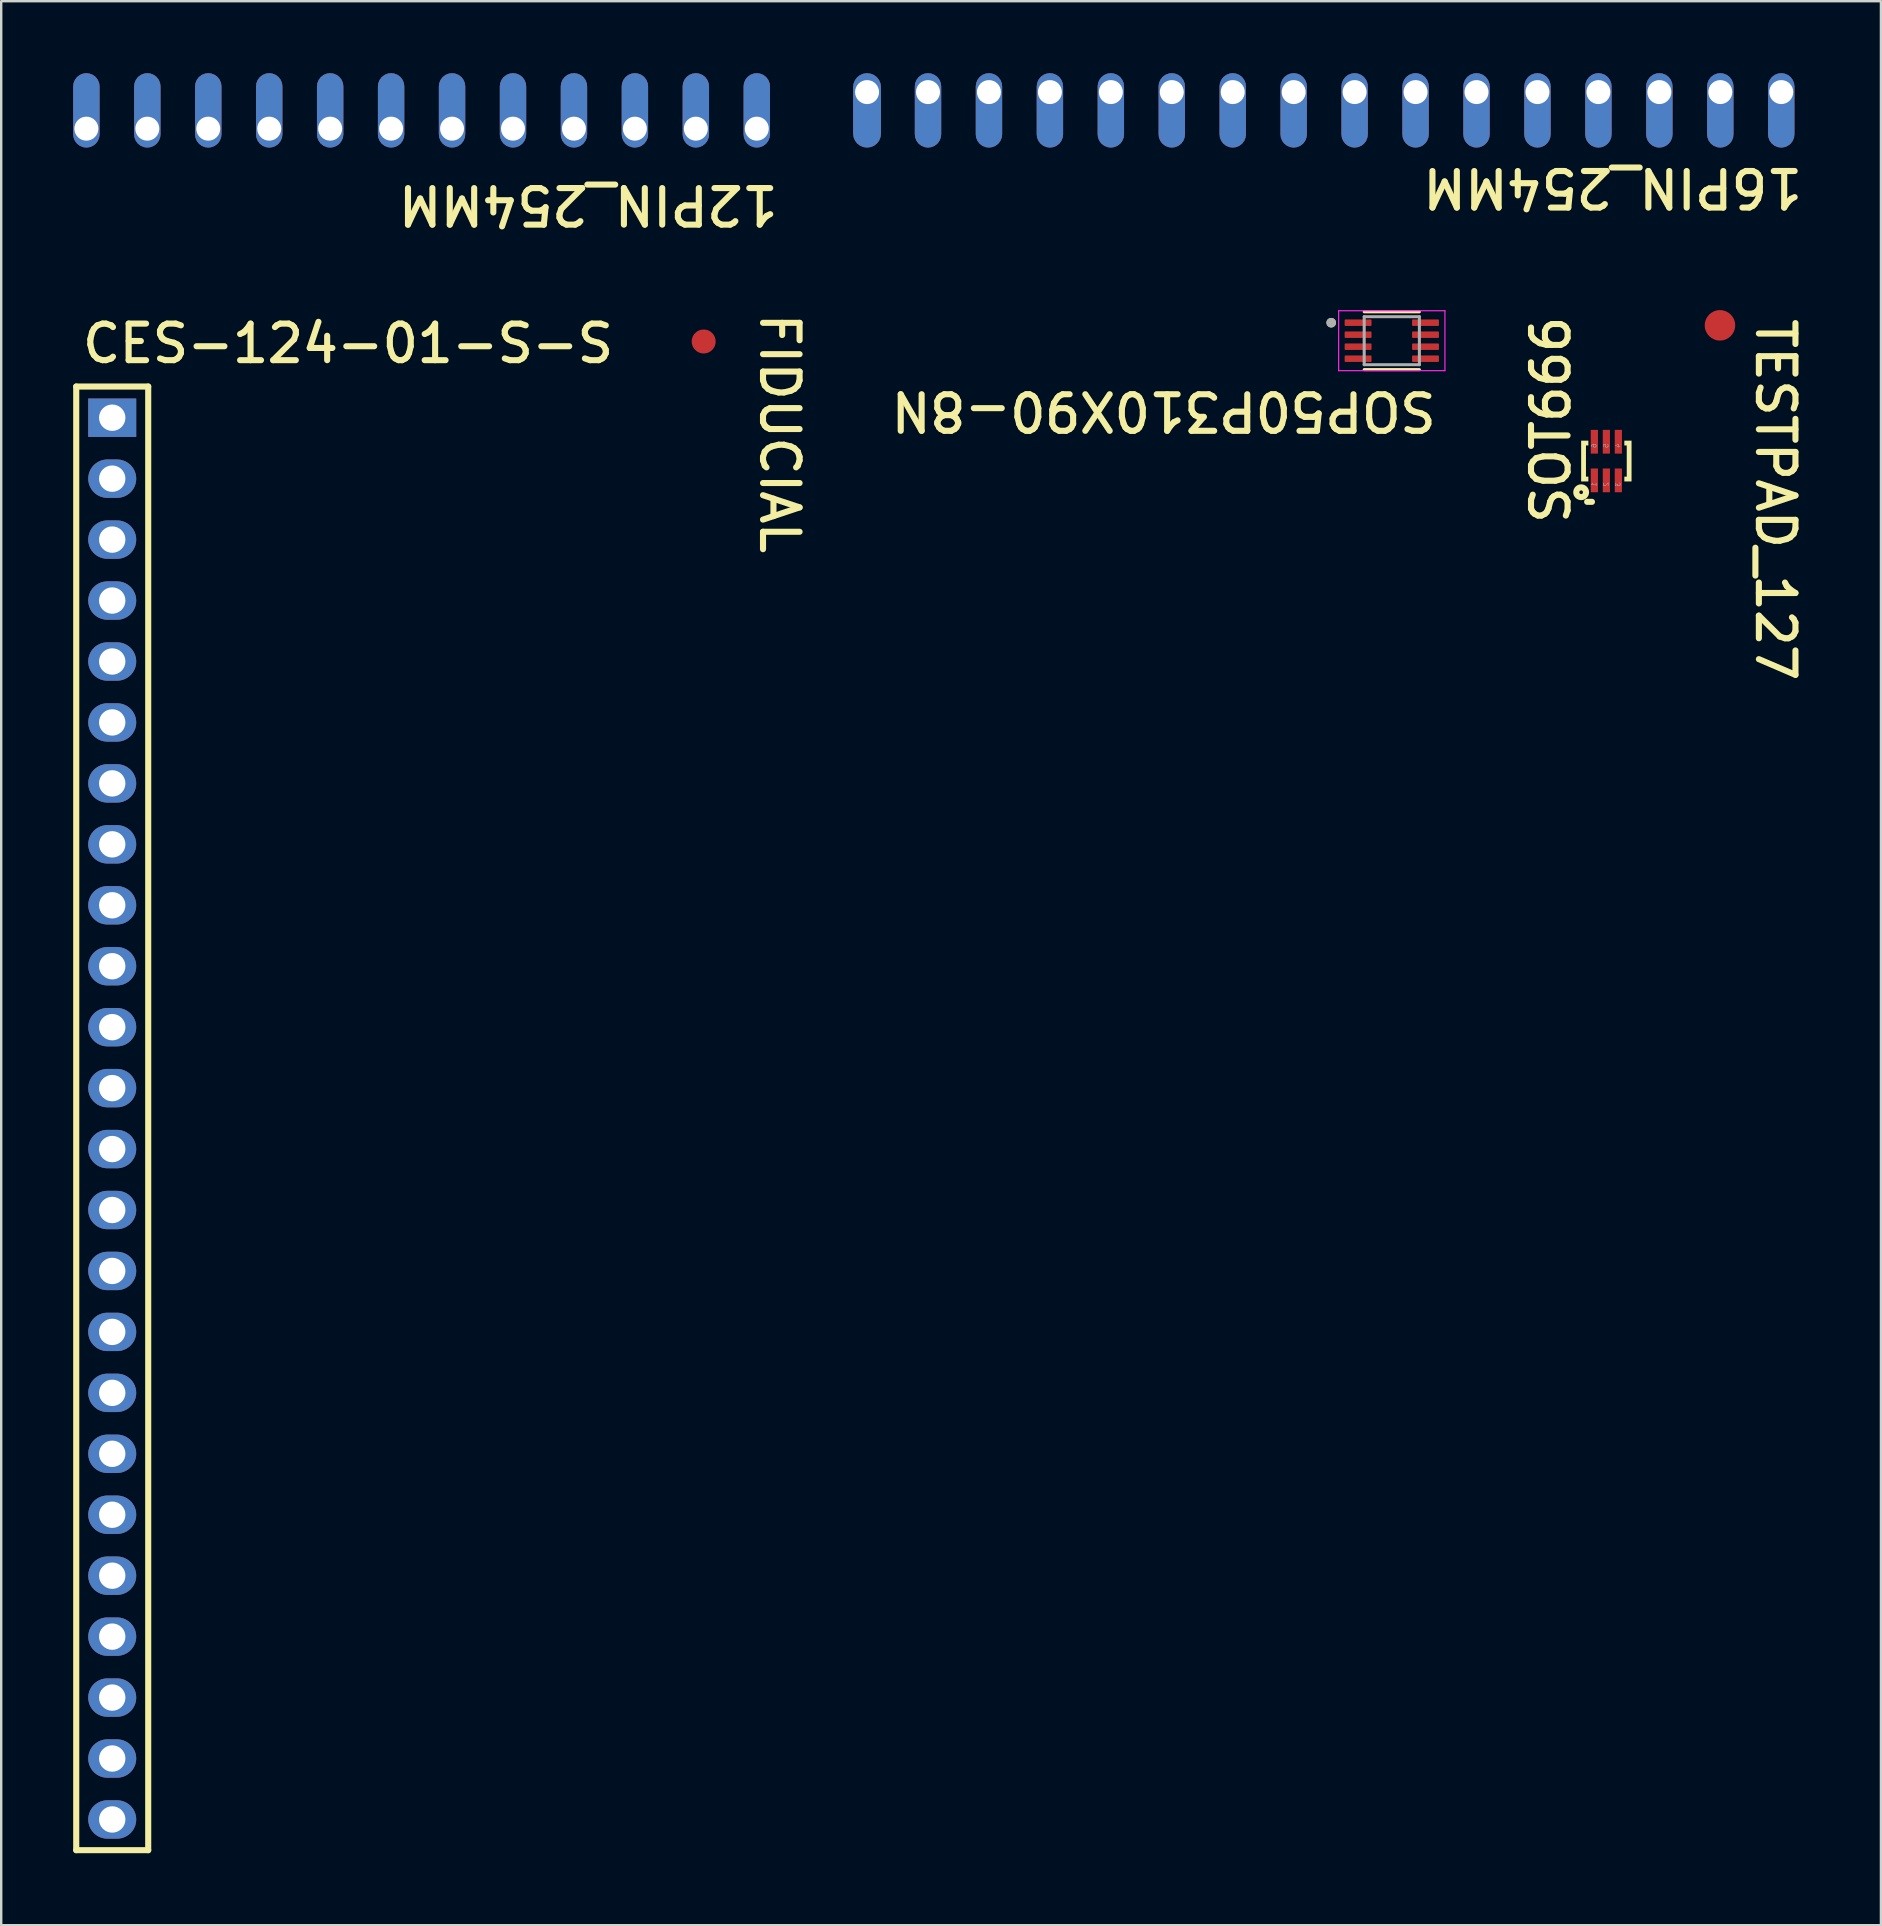
<source format=kicad_pcb>
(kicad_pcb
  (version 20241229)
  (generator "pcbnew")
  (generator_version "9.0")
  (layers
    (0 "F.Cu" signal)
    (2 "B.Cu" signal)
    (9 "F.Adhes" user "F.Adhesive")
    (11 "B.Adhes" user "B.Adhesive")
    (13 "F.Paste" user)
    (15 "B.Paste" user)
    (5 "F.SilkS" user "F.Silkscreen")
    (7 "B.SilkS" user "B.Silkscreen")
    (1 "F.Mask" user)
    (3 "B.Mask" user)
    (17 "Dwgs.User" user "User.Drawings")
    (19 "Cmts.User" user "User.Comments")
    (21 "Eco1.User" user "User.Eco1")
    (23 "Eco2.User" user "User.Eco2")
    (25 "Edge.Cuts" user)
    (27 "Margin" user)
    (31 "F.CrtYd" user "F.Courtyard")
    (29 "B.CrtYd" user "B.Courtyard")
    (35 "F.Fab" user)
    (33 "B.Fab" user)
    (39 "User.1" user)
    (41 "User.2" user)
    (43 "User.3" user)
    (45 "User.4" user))
  (footprint "CES-124-01-S-S"
    (layer "F.Cu")
    (at 1.627 14.359)
    (property "Reference" "CES-124-01-S-S" (at -1.369 -2.199 0) (unlocked yes) (layer "F.SilkS") (effects (font (size 1.524 1.524) (thickness 0.254)) (justify left bottom)))
    (fp_line (start -1.5 -1.3) (end -1.5 59.7) (stroke (width 0.254) (type solid)) (layer "F.SilkS"))
    (fp_line (start -1.5 -1.3) (end 1.5 -1.3) (stroke (width 0.254) (type solid)) (layer "F.SilkS"))
    (fp_line (start -1.5 59.7) (end 1.5 59.7) (stroke (width 0.254) (type solid)) (layer "F.SilkS"))
    (fp_line (start 1.5 59.7) (end 1.5 -1.3) (stroke (width 0.254) (type solid)) (layer "F.SilkS"))
    (pad "1" thru_hole rect (at 0 0) (size 2 1.6) (drill 1.1) (layers "*.Cu" "*.Mask"))
    (pad "2" thru_hole oval (at 0 2.54) (size 2 1.6) (drill 1.1) (layers "*.Cu" "*.Mask"))
    (pad "3" thru_hole oval (at 0 5.08) (size 2 1.6) (drill 1.1) (layers "*.Cu" "*.Mask"))
    (pad "4" thru_hole oval (at 0 7.62) (size 2 1.6) (drill 1.1) (layers "*.Cu" "*.Mask"))
    (pad "5" thru_hole oval (at 0 10.16) (size 2 1.6) (drill 1.1) (layers "*.Cu" "*.Mask"))
    (pad "6" thru_hole oval (at 0 12.7) (size 2 1.6) (drill 1.1) (layers "*.Cu" "*.Mask"))
    (pad "7" thru_hole oval (at 0 15.24) (size 2 1.6) (drill 1.1) (layers "*.Cu" "*.Mask"))
    (pad "8" thru_hole oval (at 0 17.78) (size 2 1.6) (drill 1.1) (layers "*.Cu" "*.Mask"))
    (pad "9" thru_hole oval (at 0 20.32) (size 2 1.6) (drill 1.1) (layers "*.Cu" "*.Mask"))
    (pad "10" thru_hole oval (at 0 22.86) (size 2 1.6) (drill 1.1) (layers "*.Cu" "*.Mask"))
    (pad "11" thru_hole oval (at 0 25.4) (size 2 1.6) (drill 1.1) (layers "*.Cu" "*.Mask"))
    (pad "12" thru_hole oval (at 0 27.94) (size 2 1.6) (drill 1.1) (layers "*.Cu" "*.Mask"))
    (pad "13" thru_hole oval (at 0 30.48) (size 2 1.6) (drill 1.1) (layers "*.Cu" "*.Mask"))
    (pad "14" thru_hole oval (at 0 33.02) (size 2 1.6) (drill 1.1) (layers "*.Cu" "*.Mask"))
    (pad "15" thru_hole oval (at 0 35.56) (size 2 1.6) (drill 1.1) (layers "*.Cu" "*.Mask"))
    (pad "16" thru_hole oval (at 0 38.1) (size 2 1.6) (drill 1.1) (layers "*.Cu" "*.Mask"))
    (pad "17" thru_hole oval (at 0 40.64) (size 2 1.6) (drill 1.1) (layers "*.Cu" "*.Mask"))
    (pad "18" thru_hole oval (at 0 43.18) (size 2 1.6) (drill 1.1) (layers "*.Cu" "*.Mask"))
    (pad "19" thru_hole oval (at 0 45.72) (size 2 1.6) (drill 1.1) (layers "*.Cu" "*.Mask"))
    (pad "20" thru_hole oval (at 0 48.26) (size 2 1.6) (drill 1.1) (layers "*.Cu" "*.Mask"))
    (pad "21" thru_hole oval (at 0 50.8) (size 2 1.6) (drill 1.1) (layers "*.Cu" "*.Mask"))
    (pad "22" thru_hole oval (at 0 53.34) (size 2 1.6) (drill 1.1) (layers "*.Cu" "*.Mask"))
    (pad "23" thru_hole oval (at 0 55.88) (size 2 1.6) (drill 1.1) (layers "*.Cu" "*.Mask"))
    (pad "24" thru_hole oval (at 0 58.42) (size 2 1.6) (drill 1.1) (layers "*.Cu" "*.Mask")))
  (footprint "SOT666"
    (layer "F.Cu")
    (at 63.897 16.165)
    (property "Reference" "SOT666" (at -1.416 2.729 90) (unlocked yes) (layer "F.SilkS") (effects (font (size 1.524 1.524) (thickness 0.254)) (justify left bottom)))
    (fp_line (start -0.6 1.7) (end -0.8 1.7) (stroke (width 0.254) (type solid)) (layer "F.SilkS"))
    (fp_circle (center -1.05 1.3) (end -1.05 1.224) (stroke (width 0.254) (type solid)) (fill no) (layer "F.SilkS"))
    (fp_poly (pts (xy -1.05 0.85) (xy -1.05 -0.85) (xy -0.75 -0.85) (xy -0.75 -0.65) (xy -0.85 -0.65) (xy -0.85 0.65) (xy -0.75 0.65) (xy -0.75 0.85)) (stroke (width 0) (type default)) (fill yes) (layer "F.SilkS"))
    (fp_poly (pts (xy 0.75 0.85) (xy 0.75 0.65) (xy 0.85 0.65) (xy 0.85 -0.65) (xy 0.75 -0.65) (xy 0.75 -0.85) (xy 1.05 -0.85) (xy 1.05 0.85)) (stroke (width 0) (type default)) (fill yes) (layer "F.SilkS"))
    (fp_poly (pts (xy -1.05 -1.3) (xy -1.05 1.3) (xy 1.05 1.3) (xy 1.05 -1.3)) (stroke (width 0.1) (type default)) (fill no) (layer "User.8"))
    (fp_text user "2" (at 0.1 0.865 90) (unlocked yes) (layer "F.Fab") (effects (font (size 0.2 0.2) (thickness 0.02)) (justify left bottom mirror)))
    (fp_text user "4" (at 0.6 -0.745 90) (unlocked yes) (layer "F.Fab") (effects (font (size 0.2 0.2) (thickness 0.02)) (justify left bottom mirror)))
    (fp_text user "6" (at -0.4 -0.745 90) (unlocked yes) (layer "F.Fab") (effects (font (size 0.2 0.2) (thickness 0.02)) (justify left bottom mirror)))
    (fp_text user "1" (at -0.4 0.865 90) (unlocked yes) (layer "F.Fab") (effects (font (size 0.2 0.2) (thickness 0.02)) (justify left bottom mirror)))
    (fp_text user "3" (at 0.6 0.865 90) (unlocked yes) (layer "F.Fab") (effects (font (size 0.2 0.2) (thickness 0.02)) (justify left bottom mirror)))
    (fp_text user "5" (at 0.1 -0.745 90) (unlocked yes) (layer "F.Fab") (effects (font (size 0.2 0.2) (thickness 0.02)) (justify left bottom mirror)))
    (pad "1" smd rect (at -0.5 0.805 90) (size 0.99 0.3) (layers "F.Cu" "F.Mask" "F.Paste"))
    (pad "2" smd rect (at 0 0.805 90) (size 0.99 0.3) (layers "F.Cu" "F.Mask" "F.Paste"))
    (pad "3" smd rect (at 0.5 0.805 90) (size 0.99 0.3) (layers "F.Cu" "F.Mask" "F.Paste"))
    (pad "4" smd rect (at 0.5 -0.805 90) (size 0.99 0.3) (layers "F.Cu" "F.Mask" "F.Paste"))
    (pad "5" smd rect (at 0 -0.805 90) (size 0.99 0.3) (layers "F.Cu" "F.Mask" "F.Paste"))
    (pad "6" smd rect (at -0.5 -0.805 90) (size 0.99 0.3) (layers "F.Cu" "F.Mask" "F.Paste")))
  (footprint "FIDUCIAL"
    (layer "F.Cu")
    (at 26.277 11.182)
    (property "Reference" "FIDUCIAL" (at 2.273 -1.308 270) (unlocked yes) (layer "F.SilkS") (effects (font (size 1.524 1.524) (thickness 0.254)) (justify left bottom)))
    (pad "1" smd circle (at 0 0) (size 1 1) (layers "F.Cu" "F.Mask" "F.Paste")))
  (footprint "16PIN_254MM"
    (layer "F.Cu")
    (at 33.086 0.788)
    (property "Reference" "16PIN_254MM" (at 39.116 3.089 180) (unlocked yes) (layer "F.SilkS") (effects (font (size 1.524 1.524) (thickness 0.254)) (justify left bottom)))
    (pad "1" thru_hole roundrect (at 0 0 180) (size 1.16 3.1) (drill 1 (offset 0 -0.762)) (layers "*.Cu" "*.Mask") (roundrect_rratio 0.5))
    (pad "2" thru_hole roundrect (at 2.54 0 180) (size 1.1 3.1) (drill 1 (offset 0 -0.762)) (layers "*.Cu" "*.Mask") (roundrect_rratio 0.5))
    (pad "3" thru_hole roundrect (at 5.08 0 180) (size 1.1 3.1) (drill 1 (offset 0 -0.762)) (layers "*.Cu" "*.Mask") (roundrect_rratio 0.5))
    (pad "4" thru_hole roundrect (at 7.62 0 180) (size 1.1 3.1) (drill 1 (offset 0 -0.762)) (layers "*.Cu" "*.Mask") (roundrect_rratio 0.5))
    (pad "5" thru_hole roundrect (at 10.16 0 180) (size 1.1 3.1) (drill 1 (offset 0 -0.762)) (layers "*.Cu" "*.Mask") (roundrect_rratio 0.5))
    (pad "6" thru_hole roundrect (at 12.7 0 180) (size 1.1 3.1) (drill 1 (offset 0 -0.762)) (layers "*.Cu" "*.Mask") (roundrect_rratio 0.5))
    (pad "7" thru_hole roundrect (at 15.24 0 180) (size 1.1 3.1) (drill 1 (offset 0 -0.762)) (layers "*.Cu" "*.Mask") (roundrect_rratio 0.5))
    (pad "8" thru_hole roundrect (at 17.78 0 180) (size 1.1 3.1) (drill 1 (offset 0 -0.762)) (layers "*.Cu" "*.Mask") (roundrect_rratio 0.5))
    (pad "9" thru_hole roundrect (at 20.32 0 180) (size 1.1 3.1) (drill 1 (offset 0 -0.762)) (layers "*.Cu" "*.Mask") (roundrect_rratio 0.5))
    (pad "10" thru_hole roundrect (at 22.86 0 180) (size 1.1 3.1) (drill 1 (offset 0 -0.762)) (layers "*.Cu" "*.Mask") (roundrect_rratio 0.5))
    (pad "11" thru_hole roundrect (at 25.4 0 180) (size 1.1 3.1) (drill 1 (offset 0 -0.762)) (layers "*.Cu" "*.Mask") (roundrect_rratio 0.5))
    (pad "12" thru_hole roundrect (at 27.94 0 180) (size 1.1 3.1) (drill 1 (offset 0 -0.762)) (layers "*.Cu" "*.Mask") (roundrect_rratio 0.5))
    (pad "13" thru_hole roundrect (at 30.48 0 180) (size 1.1 3.1) (drill 1 (offset 0 -0.762)) (layers "*.Cu" "*.Mask") (roundrect_rratio 0.5))
    (pad "14" thru_hole roundrect (at 33.02 0 180) (size 1.1 3.1) (drill 1 (offset 0 -0.762)) (layers "*.Cu" "*.Mask") (roundrect_rratio 0.5))
    (pad "15" thru_hole roundrect (at 35.56 0 180) (size 1.1 3.1) (drill 1 (offset 0 -0.762)) (layers "*.Cu" "*.Mask") (roundrect_rratio 0.5))
    (pad "16" thru_hole roundrect (at 38.1 0 180) (size 1.1 3.1) (drill 1 (offset 0 -0.762)) (layers "*.Cu" "*.Mask") (roundrect_rratio 0.5)))
  (footprint "TESTPAD_127"
    (layer "F.Cu")
    (at 68.632 10.509)
    (property "Reference" "TESTPAD_127" (at 1.422 -0.406 270) (unlocked yes) (layer "F.SilkS") (effects (font (size 1.524 1.524) (thickness 0.254)) (justify left bottom)))
    (pad "1" smd circle (at 0 0) (size 1.27 1.27) (layers "F.Cu" "F.Mask" "F.Paste")))
  (footprint "SOP50P310X90-8N"
    (layer "F.Cu")
    (at 54.955 11.149)
    (property "Reference" "SOP50P310X90-8N" (at 1.981 2.032 180) (unlocked yes) (layer "F.SilkS") (effects (font (size 1.524 1.524) (thickness 0.254)) (justify left bottom)))
    (fp_line (start -1.15 -1.205) (end 1.15 -1.205) (stroke (width 0.127) (type solid)) (layer "F.SilkS"))
    (fp_line (start -1.15 1.205) (end 1.15 1.205) (stroke (width 0.127) (type solid)) (layer "F.SilkS"))
    (fp_circle (center -2.525 -0.75) (end -2.525 -0.65) (stroke (width 0.2) (type solid)) (fill no) (layer "F.SilkS"))
    (fp_line (start -2.215 -1.25) (end -2.215 1.25) (stroke (width 0.05) (type solid)) (layer "F.CrtYd"))
    (fp_line (start -2.215 -1.25) (end 2.215 -1.25) (stroke (width 0.05) (type solid)) (layer "F.CrtYd"))
    (fp_line (start -2.215 1.25) (end 2.215 1.25) (stroke (width 0.05) (type solid)) (layer "F.CrtYd"))
    (fp_line (start 2.215 -1.25) (end 2.215 1.25) (stroke (width 0.05) (type solid)) (layer "F.CrtYd"))
    (fp_line (start -1.15 -1) (end -1.15 1) (stroke (width 0.127) (type solid)) (layer "F.Fab"))
    (fp_line (start -1.15 -1) (end 1.15 -1) (stroke (width 0.127) (type solid)) (layer "F.Fab"))
    (fp_line (start -1.15 1) (end 1.15 1) (stroke (width 0.127) (type solid)) (layer "F.Fab"))
    (fp_line (start 1.15 -1) (end 1.15 1) (stroke (width 0.127) (type solid)) (layer "F.Fab"))
    (fp_circle (center -2.525 -0.75) (end -2.525 -0.65) (stroke (width 0.2) (type solid)) (fill no) (layer "F.Fab"))
    (pad "1" smd roundrect (at -1.405 -0.75) (size 1.12 0.27) (layers "F.Cu" "F.Mask" "F.Paste") (roundrect_rratio 0.125))
    (pad "2" smd roundrect (at -1.405 -0.25) (size 1.12 0.27) (layers "F.Cu" "F.Mask" "F.Paste") (roundrect_rratio 0.125))
    (pad "3" smd roundrect (at -1.405 0.25) (size 1.12 0.27) (layers "F.Cu" "F.Mask" "F.Paste") (roundrect_rratio 0.125))
    (pad "4" smd roundrect (at -1.405 0.75) (size 1.12 0.27) (layers "F.Cu" "F.Mask" "F.Paste") (roundrect_rratio 0.125))
    (pad "5" smd roundrect (at 1.405 0.75) (size 1.12 0.27) (layers "F.Cu" "F.Mask" "F.Paste") (roundrect_rratio 0.125))
    (pad "6" smd roundrect (at 1.405 0.25) (size 1.12 0.27) (layers "F.Cu" "F.Mask" "F.Paste") (roundrect_rratio 0.125))
    (pad "7" smd roundrect (at 1.405 -0.25) (size 1.12 0.27) (layers "F.Cu" "F.Mask" "F.Paste") (roundrect_rratio 0.125))
    (pad "8" smd roundrect (at 1.405 -0.75) (size 1.12 0.27) (layers "F.Cu" "F.Mask" "F.Paste") (roundrect_rratio 0.125)))
  (footprint "12PIN_254MM"
    (layer "F.Cu")
    (at 0.55 2.312)
    (property "Reference" "12PIN_254MM" (at 28.956 2.276 180) (unlocked yes) (layer "F.SilkS") (effects (font (size 1.524 1.524) (thickness 0.254)) (justify left bottom)))
    (pad "1" thru_hole roundrect (at 0 0) (size 1.1 3.1) (drill 1 (offset 0 -0.762)) (layers "*.Cu" "*.Mask") (roundrect_rratio 0.5))
    (pad "2" thru_hole roundrect (at 2.54 0) (size 1.1 3.1) (drill 1 (offset 0 -0.762)) (layers "*.Cu" "*.Mask") (roundrect_rratio 0.5))
    (pad "3" thru_hole roundrect (at 5.08 0) (size 1.1 3.1) (drill 1 (offset 0 -0.762)) (layers "*.Cu" "*.Mask") (roundrect_rratio 0.5))
    (pad "4" thru_hole roundrect (at 7.62 0) (size 1.1 3.1) (drill 1 (offset 0 -0.762)) (layers "*.Cu" "*.Mask") (roundrect_rratio 0.5))
    (pad "5" thru_hole roundrect (at 10.16 0) (size 1.1 3.1) (drill 1 (offset 0 -0.762)) (layers "*.Cu" "*.Mask") (roundrect_rratio 0.5))
    (pad "6" thru_hole roundrect (at 12.7 0) (size 1.1 3.1) (drill 1 (offset 0 -0.762)) (layers "*.Cu" "*.Mask") (roundrect_rratio 0.5))
    (pad "7" thru_hole roundrect (at 15.24 0) (size 1.1 3.1) (drill 1 (offset 0 -0.762)) (layers "*.Cu" "*.Mask") (roundrect_rratio 0.5))
    (pad "8" thru_hole roundrect (at 17.78 0) (size 1.1 3.1) (drill 1 (offset 0 -0.762)) (layers "*.Cu" "*.Mask") (roundrect_rratio 0.5))
    (pad "9" thru_hole roundrect (at 20.32 0) (size 1.1 3.1) (drill 1 (offset 0 -0.762)) (layers "*.Cu" "*.Mask") (roundrect_rratio 0.5))
    (pad "10" thru_hole roundrect (at 22.86 0) (size 1.1 3.1) (drill 1 (offset 0 -0.762)) (layers "*.Cu" "*.Mask") (roundrect_rratio 0.5))
    (pad "11" thru_hole roundrect (at 25.4 0) (size 1.1 3.1) (drill 1 (offset 0 -0.762)) (layers "*.Cu" "*.Mask") (roundrect_rratio 0.5))
    (pad "12" thru_hole roundrect (at 27.94 0) (size 1.1 3.1) (drill 1 (offset 0 -0.762)) (layers "*.Cu" "*.Mask") (roundrect_rratio 0.5)))
  (gr_rect
    (start -3 -3)
    (end 75.341 77.186)
    (stroke (width 0.1) (type default))
    (fill no)
    (layer "Edge.Cuts")))
</source>
